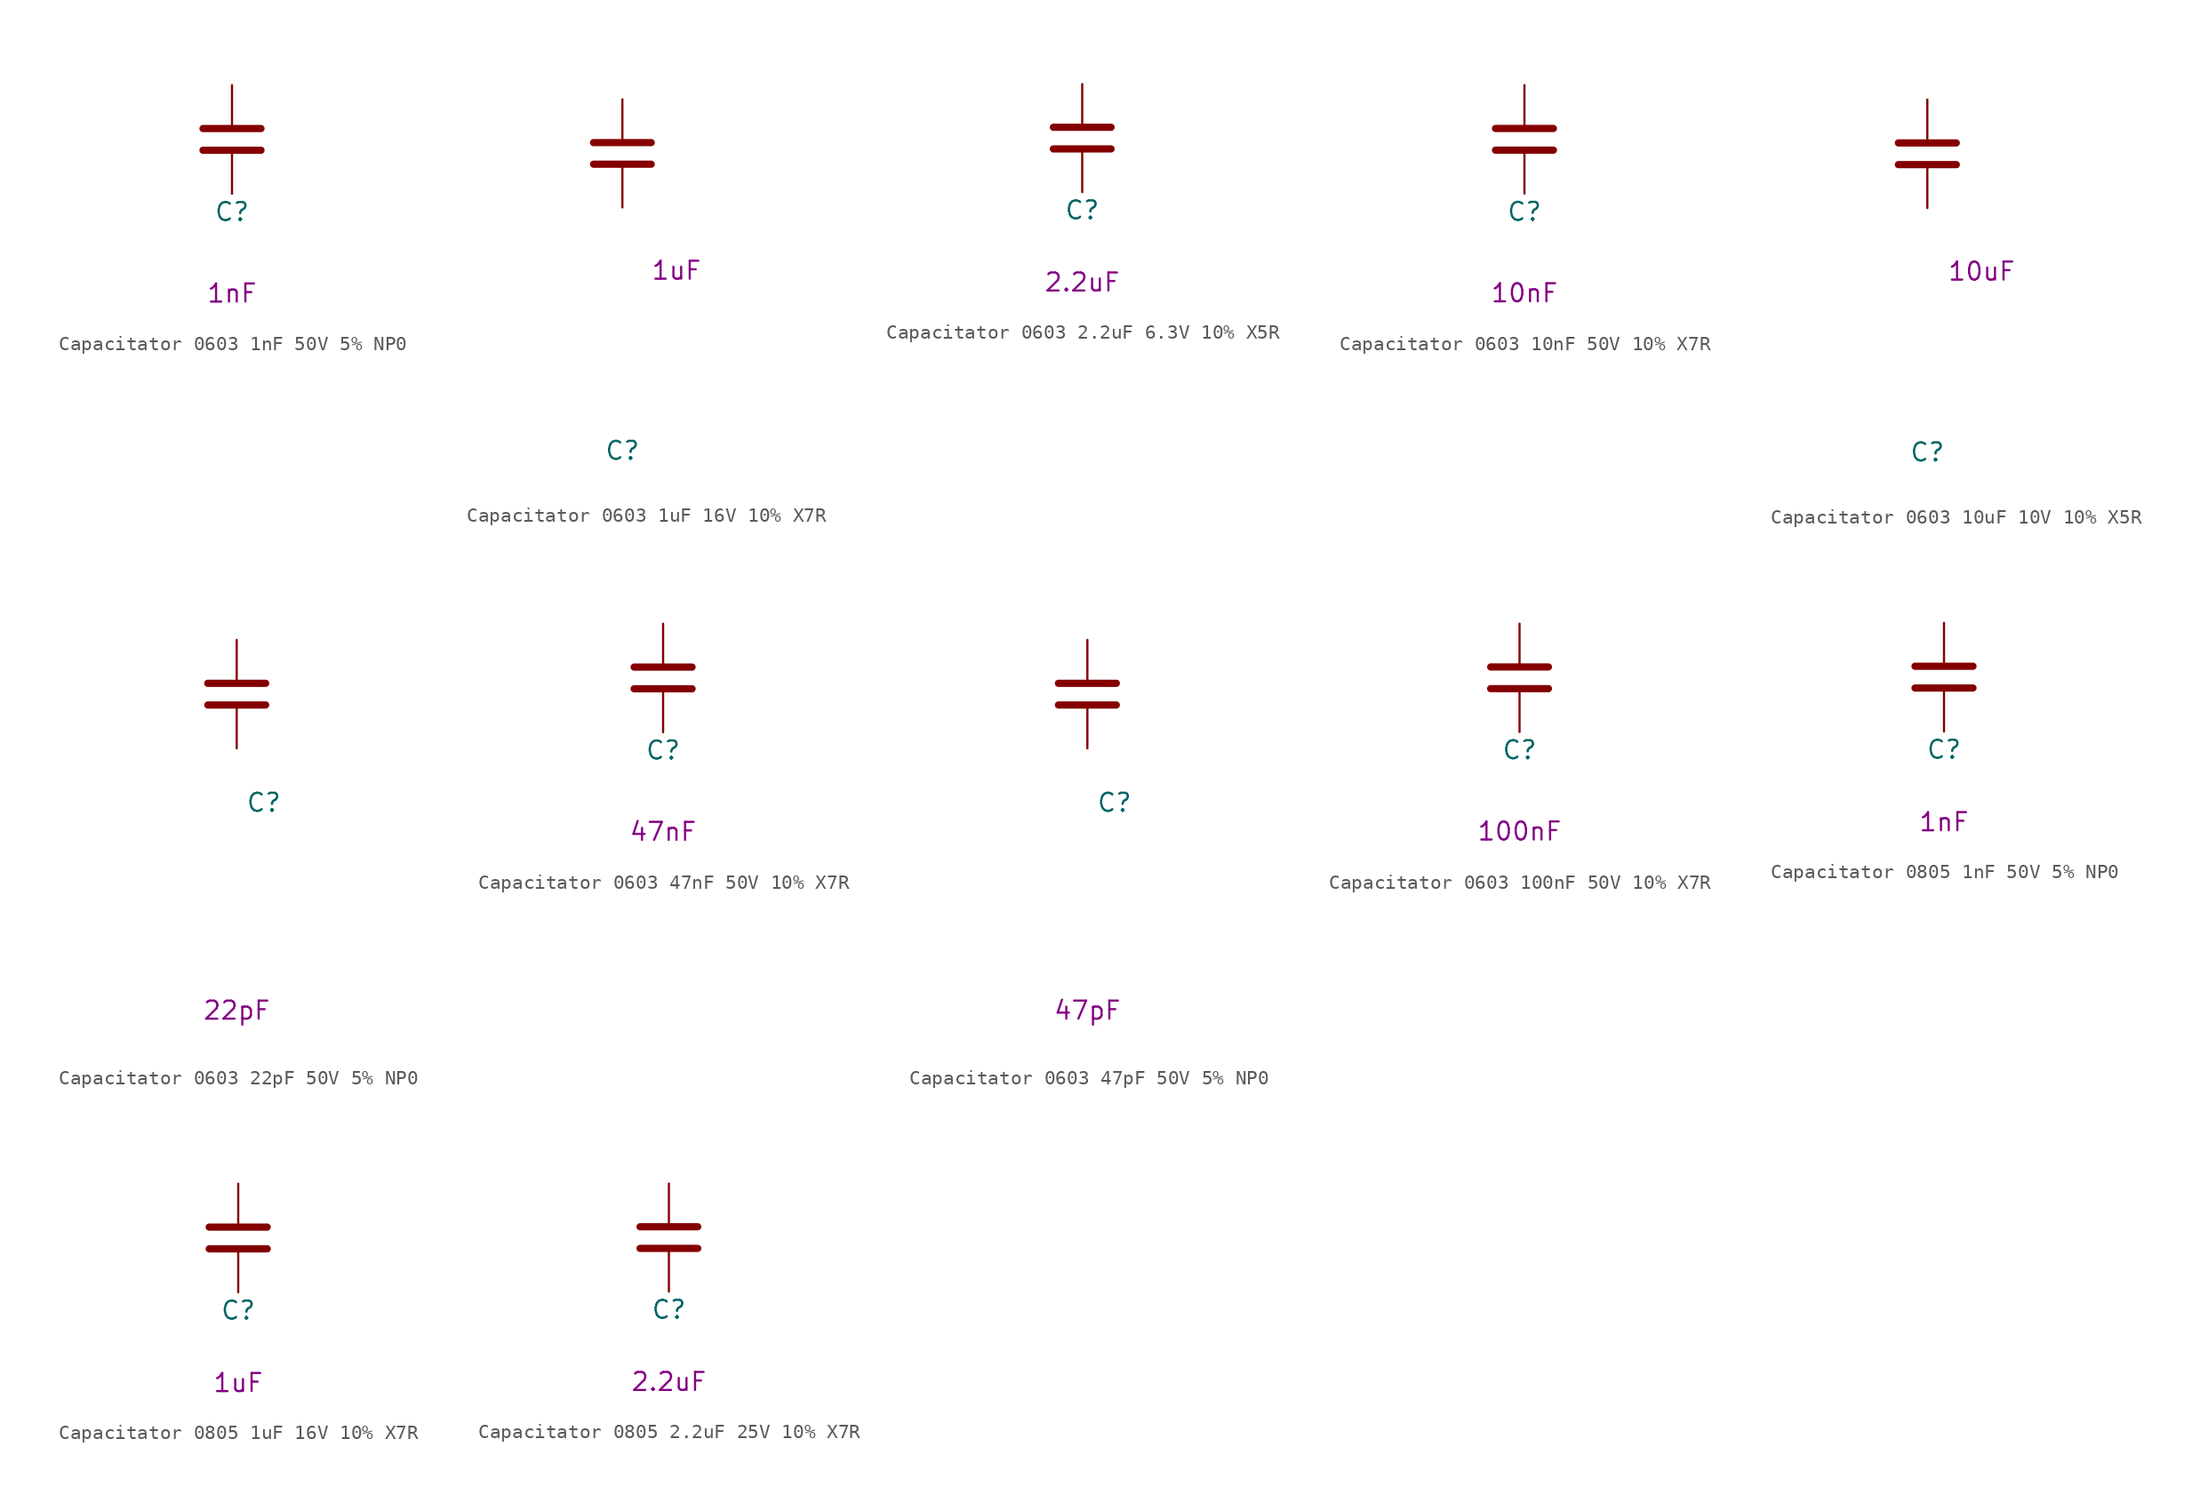
<source format=kicad_sym>
(kicad_symbol_lib
  (version 20211014)
  (generator kicad_symbol_editor)
  (symbol "Capacitator 0603 1nF 50V 5% NP0"
    (pin_numbers hide)
    (pin_names
      (offset 1.016))
    (property "Reference" "C"
      (at 0 -5.08 0)
      (effects (font (size 1.27 1.27))))
    (property "Comment" "1nF"
      (at 0 -10.795 0)
      (effects (font (size 1.27 1.27))))
    (symbol "Capacitator 0603 1nF 50V 5% NP0_1_1"
      (polyline (pts (xy -2.032 -0.762) (xy 2.032 -0.762)) (stroke (width 0.508) (type default) (color 0 0 0 0)) (fill (type none)))
      (polyline (pts (xy -2.032 0.762) (xy 2.032 0.762)) (stroke (width 0.508) (type default) (color 0 0 0 0)) (fill (type none)))
      (pin passive line (at 0 3.81 270) (length 2.794) (name "~" (effects (font (size 1.27 1.27)))) (number "1" (effects (font (size 1.27 1.27)))))
      (pin passive line (at 0 -3.81 90) (length 2.794) (name "~" (effects (font (size 1.27 1.27)))) (number "2" (effects (font (size 1.27 1.27)))))))
  (symbol "Capacitator 0603 1uF 16V 10% X7R"
    (pin_numbers hide)
    (pin_names
      (offset 1.016) hide)
    (property "Reference" "C"
      (at 0 -20.955 0)
      (effects (font (size 1.27 1.27))))
    (property "Comment" "1uF"
      (at 3.81 -8.255 0)
      (effects (font (size 1.27 1.27))))
    (symbol "Capacitator 0603 1uF 16V 10% X7R_1_1"
      (polyline (pts (xy -2.032 -0.762) (xy 2.032 -0.762)) (stroke (width 0.508) (type default) (color 0 0 0 0)) (fill (type none)))
      (polyline (pts (xy -2.032 0.762) (xy 2.032 0.762)) (stroke (width 0.508) (type default) (color 0 0 0 0)) (fill (type none)))
      (pin passive line (at 0 3.81 270) (length 2.794) (name "~" (effects (font (size 1.27 1.27)))) (number "1" (effects (font (size 1.27 1.27)))))
      (pin passive line (at 0 -3.81 90) (length 2.794) (name "~" (effects (font (size 1.27 1.27)))) (number "2" (effects (font (size 1.27 1.27)))))))
  (symbol "Capacitator 0603 2.2uF 6.3V 10% X5R"
    (pin_numbers hide)
    (pin_names
      (offset 1.016) hide)
    (property "Reference" "C"
      (at 0 -5.08 0)
      (effects (font (size 1.27 1.27))))
    (property "Comment" "2.2uF"
      (at 0 -10.16 0)
      (effects (font (size 1.27 1.27))))
    (symbol "Capacitator 0603 2.2uF 6.3V 10% X5R_1_1"
      (polyline (pts (xy -2.032 -0.762) (xy 2.032 -0.762)) (stroke (width 0.508) (type default) (color 0 0 0 0)) (fill (type none)))
      (polyline (pts (xy -2.032 0.762) (xy 2.032 0.762)) (stroke (width 0.508) (type default) (color 0 0 0 0)) (fill (type none)))
      (pin passive line (at 0 3.81 270) (length 2.794) (name "~" (effects (font (size 1.27 1.27)))) (number "1" (effects (font (size 1.27 1.27)))))
      (pin passive line (at 0 -3.81 90) (length 2.794) (name "~" (effects (font (size 1.27 1.27)))) (number "2" (effects (font (size 1.27 1.27)))))))
  (symbol "Capacitator 0603 10nF 50V 10% X7R"
    (pin_numbers hide)
    (pin_names
      (offset 1.016))
    (property "Reference" "C"
      (at 0 -5.08 0)
      (effects (font (size 1.27 1.27))))
    (property "Comment" "10nF"
      (at 0 -10.795 0)
      (effects (font (size 1.27 1.27))))
    (symbol "Capacitator 0603 10nF 50V 10% X7R_1_1"
      (polyline (pts (xy -2.032 -0.762) (xy 2.032 -0.762)) (stroke (width 0.508) (type default) (color 0 0 0 0)) (fill (type none)))
      (polyline (pts (xy -2.032 0.762) (xy 2.032 0.762)) (stroke (width 0.508) (type default) (color 0 0 0 0)) (fill (type none)))
      (pin passive line (at 0 3.81 270) (length 2.794) (name "~" (effects (font (size 1.27 1.27)))) (number "1" (effects (font (size 1.27 1.27)))))
      (pin passive line (at 0 -3.81 90) (length 2.794) (name "~" (effects (font (size 1.27 1.27)))) (number "2" (effects (font (size 1.27 1.27)))))))
  (symbol "Capacitator 0603 10uF 10V 10% X5R"
    (pin_numbers hide)
    (pin_names
      (offset 1.016) hide)
    (property "Reference" "C"
      (at 0 -20.955 0)
      (effects (font (size 1.27 1.27))))
    (property "Comment" "10uF"
      (at 3.81 -8.255 0)
      (effects (font (size 1.27 1.27))))
    (symbol "Capacitator 0603 10uF 10V 10% X5R_1_1"
      (polyline (pts (xy -2.032 -0.762) (xy 2.032 -0.762)) (stroke (width 0.508) (type default) (color 0 0 0 0)) (fill (type none)))
      (polyline (pts (xy -2.032 0.762) (xy 2.032 0.762)) (stroke (width 0.508) (type default) (color 0 0 0 0)) (fill (type none)))
      (pin passive line (at 0 3.81 270) (length 2.794) (name "~" (effects (font (size 1.27 1.27)))) (number "1" (effects (font (size 1.27 1.27)))))
      (pin passive line (at 0 -3.81 90) (length 2.794) (name "~" (effects (font (size 1.27 1.27)))) (number "2" (effects (font (size 1.27 1.27)))))))
  (symbol "Capacitator 0603 22pF 50V 5% NP0"
    (pin_numbers hide)
    (pin_names
      (offset 1.016))
    (property "Reference" "C"
      (at 1.905 -7.62 0)
      (effects (font (size 1.27 1.27))))
    (property "Comment" "22pF"
      (at 0 -22.225 0)
      (effects (font (size 1.27 1.27))))
    (symbol "Capacitator 0603 22pF 50V 5% NP0_1_1"
      (polyline (pts (xy -2.032 -0.762) (xy 2.032 -0.762)) (stroke (width 0.508) (type default) (color 0 0 0 0)) (fill (type none)))
      (polyline (pts (xy -2.032 0.762) (xy 2.032 0.762)) (stroke (width 0.508) (type default) (color 0 0 0 0)) (fill (type none)))
      (pin passive line (at 0 3.81 270) (length 2.794) (name "~" (effects (font (size 1.27 1.27)))) (number "1" (effects (font (size 1.27 1.27)))))
      (pin passive line (at 0 -3.81 90) (length 2.794) (name "~" (effects (font (size 1.27 1.27)))) (number "2" (effects (font (size 1.27 1.27)))))))
  (symbol "Capacitator 0603 47nF 50V 10% X7R"
    (pin_numbers hide)
    (pin_names
      (offset 1.016))
    (property "Reference" "C"
      (at 0 -5.08 0)
      (effects (font (size 1.27 1.27))))
    (property "Comment" "47nF"
      (at 0 -10.795 0)
      (effects (font (size 1.27 1.27))))
    (symbol "Capacitator 0603 47nF 50V 10% X7R_1_1"
      (polyline (pts (xy -2.032 -0.762) (xy 2.032 -0.762)) (stroke (width 0.508) (type default) (color 0 0 0 0)) (fill (type none)))
      (polyline (pts (xy -2.032 0.762) (xy 2.032 0.762)) (stroke (width 0.508) (type default) (color 0 0 0 0)) (fill (type none)))
      (pin passive line (at 0 3.81 270) (length 2.794) (name "~" (effects (font (size 1.27 1.27)))) (number "1" (effects (font (size 1.27 1.27)))))
      (pin passive line (at 0 -3.81 90) (length 2.794) (name "~" (effects (font (size 1.27 1.27)))) (number "2" (effects (font (size 1.27 1.27)))))))
  (symbol "Capacitator 0603 47pF 50V 5% NP0"
    (pin_numbers hide)
    (pin_names
      (offset 1.016))
    (property "Reference" "C"
      (at 1.905 -7.62 0)
      (effects (font (size 1.27 1.27))))
    (property "Comment" "47pF"
      (at 0 -22.225 0)
      (effects (font (size 1.27 1.27))))
    (symbol "Capacitator 0603 47pF 50V 5% NP0_1_1"
      (polyline (pts (xy -2.032 -0.762) (xy 2.032 -0.762)) (stroke (width 0.508) (type default) (color 0 0 0 0)) (fill (type none)))
      (polyline (pts (xy -2.032 0.762) (xy 2.032 0.762)) (stroke (width 0.508) (type default) (color 0 0 0 0)) (fill (type none)))
      (pin passive line (at 0 3.81 270) (length 2.794) (name "~" (effects (font (size 1.27 1.27)))) (number "1" (effects (font (size 1.27 1.27)))))
      (pin passive line (at 0 -3.81 90) (length 2.794) (name "~" (effects (font (size 1.27 1.27)))) (number "2" (effects (font (size 1.27 1.27)))))))
  (symbol "Capacitator 0603 100nF 50V 10% X7R"
    (pin_numbers hide)
    (pin_names
      (offset 1.016))
    (property "Reference" "C"
      (at 0 -5.08 0)
      (effects (font (size 1.27 1.27))))
    (property "Comment" "100nF"
      (at 0 -10.795 0)
      (effects (font (size 1.27 1.27))))
    (symbol "Capacitator 0603 100nF 50V 10% X7R_1_1"
      (polyline (pts (xy -2.032 -0.762) (xy 2.032 -0.762)) (stroke (width 0.508) (type default) (color 0 0 0 0)) (fill (type none)))
      (polyline (pts (xy -2.032 0.762) (xy 2.032 0.762)) (stroke (width 0.508) (type default) (color 0 0 0 0)) (fill (type none)))
      (pin passive line (at 0 3.81 270) (length 2.794) (name "~" (effects (font (size 1.27 1.27)))) (number "1" (effects (font (size 1.27 1.27)))))
      (pin passive line (at 0 -3.81 90) (length 2.794) (name "~" (effects (font (size 1.27 1.27)))) (number "2" (effects (font (size 1.27 1.27)))))))
  (symbol "Capacitator 0805 1nF 50V 5% NP0"
    (pin_numbers hide)
    (pin_names
      (offset 1.016) hide)
    (property "Reference" "C"
      (at 0 -5.08 0)
      (effects (font (size 1.27 1.27))))
    (property "Comment" "1nF"
      (at 0 -10.16 0)
      (effects (font (size 1.27 1.27))))
    (symbol "Capacitator 0805 1nF 50V 5% NP0_1_1"
      (polyline (pts (xy -2.032 -0.762) (xy 2.032 -0.762)) (stroke (width 0.508) (type default) (color 0 0 0 0)) (fill (type none)))
      (polyline (pts (xy -2.032 0.762) (xy 2.032 0.762)) (stroke (width 0.508) (type default) (color 0 0 0 0)) (fill (type none)))
      (pin passive line (at 0 3.81 270) (length 2.794) (name "~" (effects (font (size 1.27 1.27)))) (number "1" (effects (font (size 1.27 1.27)))))
      (pin passive line (at 0 -3.81 90) (length 2.794) (name "~" (effects (font (size 1.27 1.27)))) (number "2" (effects (font (size 1.27 1.27)))))))
  (symbol "Capacitator 0805 1uF 16V 10% X7R"
    (pin_numbers hide)
    (pin_names
      (offset 1.016) hide)
    (property "Reference" "C"
      (at 0 -5.08 0)
      (effects (font (size 1.27 1.27))))
    (property "Comment" "1uF"
      (at 0 -10.16 0)
      (effects (font (size 1.27 1.27))))
    (symbol "Capacitator 0805 1uF 16V 10% X7R_1_1"
      (polyline (pts (xy -2.032 -0.762) (xy 2.032 -0.762)) (stroke (width 0.508) (type default) (color 0 0 0 0)) (fill (type none)))
      (polyline (pts (xy -2.032 0.762) (xy 2.032 0.762)) (stroke (width 0.508) (type default) (color 0 0 0 0)) (fill (type none)))
      (pin passive line (at 0 3.81 270) (length 2.794) (name "~" (effects (font (size 1.27 1.27)))) (number "1" (effects (font (size 1.27 1.27)))))
      (pin passive line (at 0 -3.81 90) (length 2.794) (name "~" (effects (font (size 1.27 1.27)))) (number "2" (effects (font (size 1.27 1.27)))))))
  (symbol "Capacitator 0805 2.2uF 25V 10% X7R"
    (pin_numbers hide)
    (pin_names
      (offset 1.016) hide)
    (property "Reference" "C"
      (at 0 -5.08 0)
      (effects (font (size 1.27 1.27))))
    (property "Comment" "2.2uF"
      (at 0 -10.16 0)
      (effects (font (size 1.27 1.27))))
    (symbol "Capacitator 0805 2.2uF 25V 10% X7R_1_1"
      (polyline (pts (xy -2.032 -0.762) (xy 2.032 -0.762)) (stroke (width 0.508) (type default) (color 0 0 0 0)) (fill (type none)))
      (polyline (pts (xy -2.032 0.762) (xy 2.032 0.762)) (stroke (width 0.508) (type default) (color 0 0 0 0)) (fill (type none)))
      (pin passive line (at 0 3.81 270) (length 2.794) (name "~" (effects (font (size 1.27 1.27)))) (number "1" (effects (font (size 1.27 1.27)))))
      (pin passive line (at 0 -3.81 90) (length 2.794) (name "~" (effects (font (size 1.27 1.27)))) (number "2" (effects (font (size 1.27 1.27))))))))
</source>
